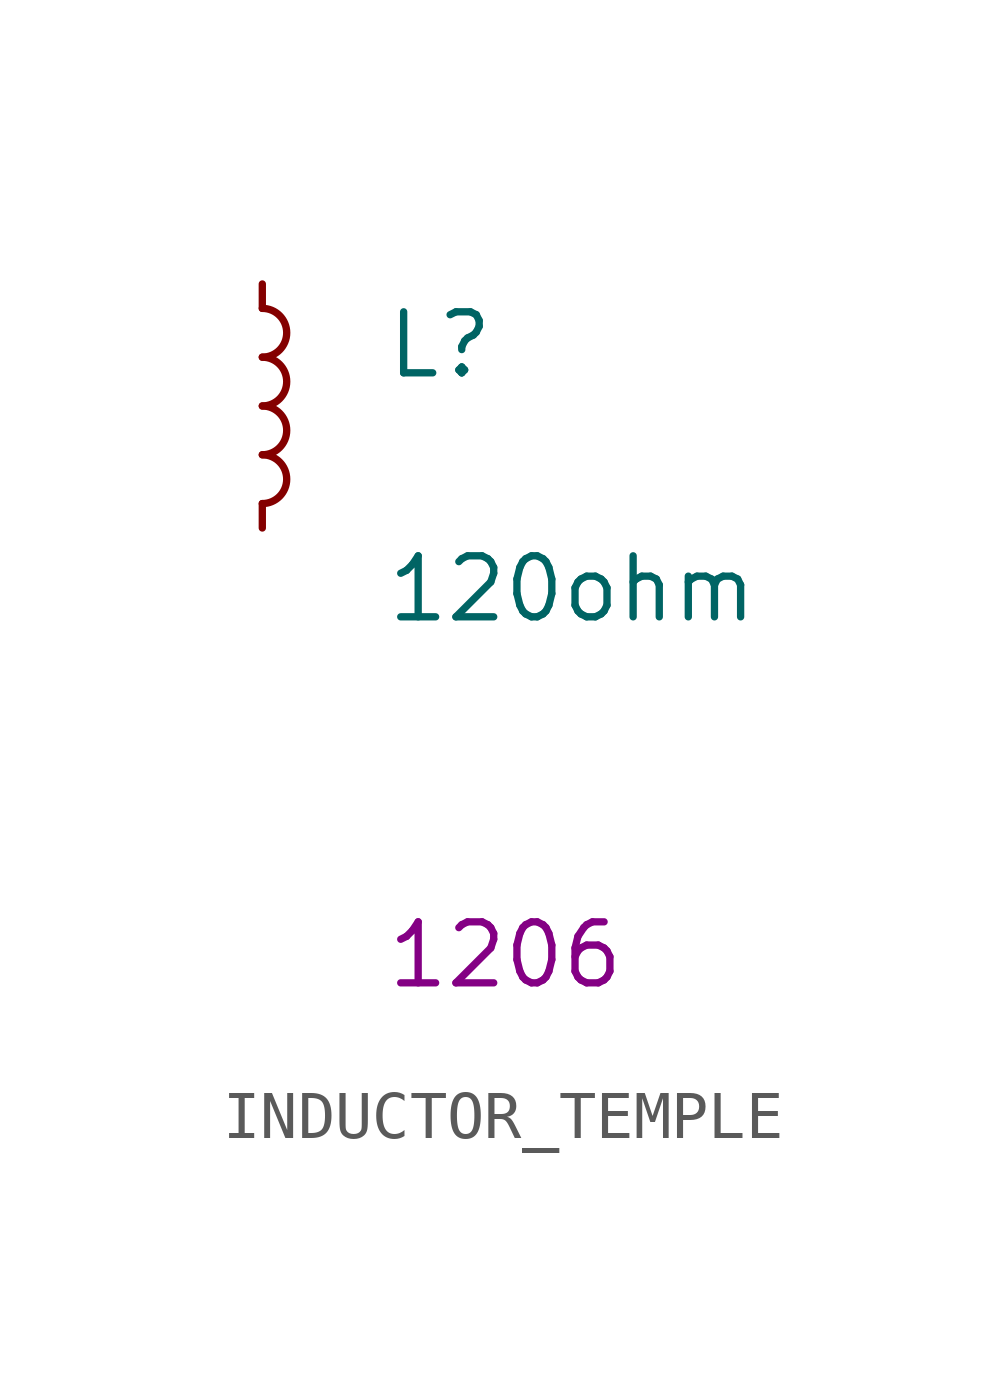
<source format=kicad_sym>
(kicad_symbol_lib
  (version 20220914)
  (generator kicad_symbol_editor)
  (symbol "INDUCTOR_TEMPLE"
    (pin_numbers hide)
    (pin_names
      (offset 0.254) hide)
    (property "Reference" "L"
      (at 2.54 1.27 0)
      (effects (font (size 1.27 1.27)) (justify left)))
    (property "Value" "INDUCTOR_TEMPLE"
      (at 2.54 -1.27 0)
      (effects (font (size 1.27 1.27)) (justify left)))
    (property "value" "120ohm"
      (at 2.54 -3.81 0)
      (effects (font (size 1.27 1.27)) (justify left)))
    (property "Chip Set" "1206"
      (at 2.54 -11.43 0)
      (effects (font (size 1.27 1.27)) (justify left)))
    (symbol "INDUCTOR_TEMPLE_0_1"
      (arc (start 0 -2.032) (mid 0.508 -1.524) (end 0 -1.016) (stroke (width 0) (type solid)) (fill (type none)))
      (arc (start 0 -1.016) (mid 0.508 -0.508) (end 0 0) (stroke (width 0) (type solid)) (fill (type none)))
      (arc (start 0 0) (mid 0.508 0.508) (end 0 1.016) (stroke (width 0) (type solid)) (fill (type none)))
      (arc (start 0 1.016) (mid 0.508 1.524) (end 0 2.032) (stroke (width 0) (type solid)) (fill (type none))))
    (symbol "INDUCTOR_TEMPLE_1_1"
      (pin passive line (at 0 2.54 270) (length 0.508) (name "~" (effects (font (size 1.27 1.27)))) (number "1" (effects (font (size 1.27 1.27)))))
      (pin passive line (at 0 -2.54 90) (length 0.508) (name "~" (effects (font (size 1.27 1.27)))) (number "2" (effects (font (size 1.27 1.27))))))))
</source>
